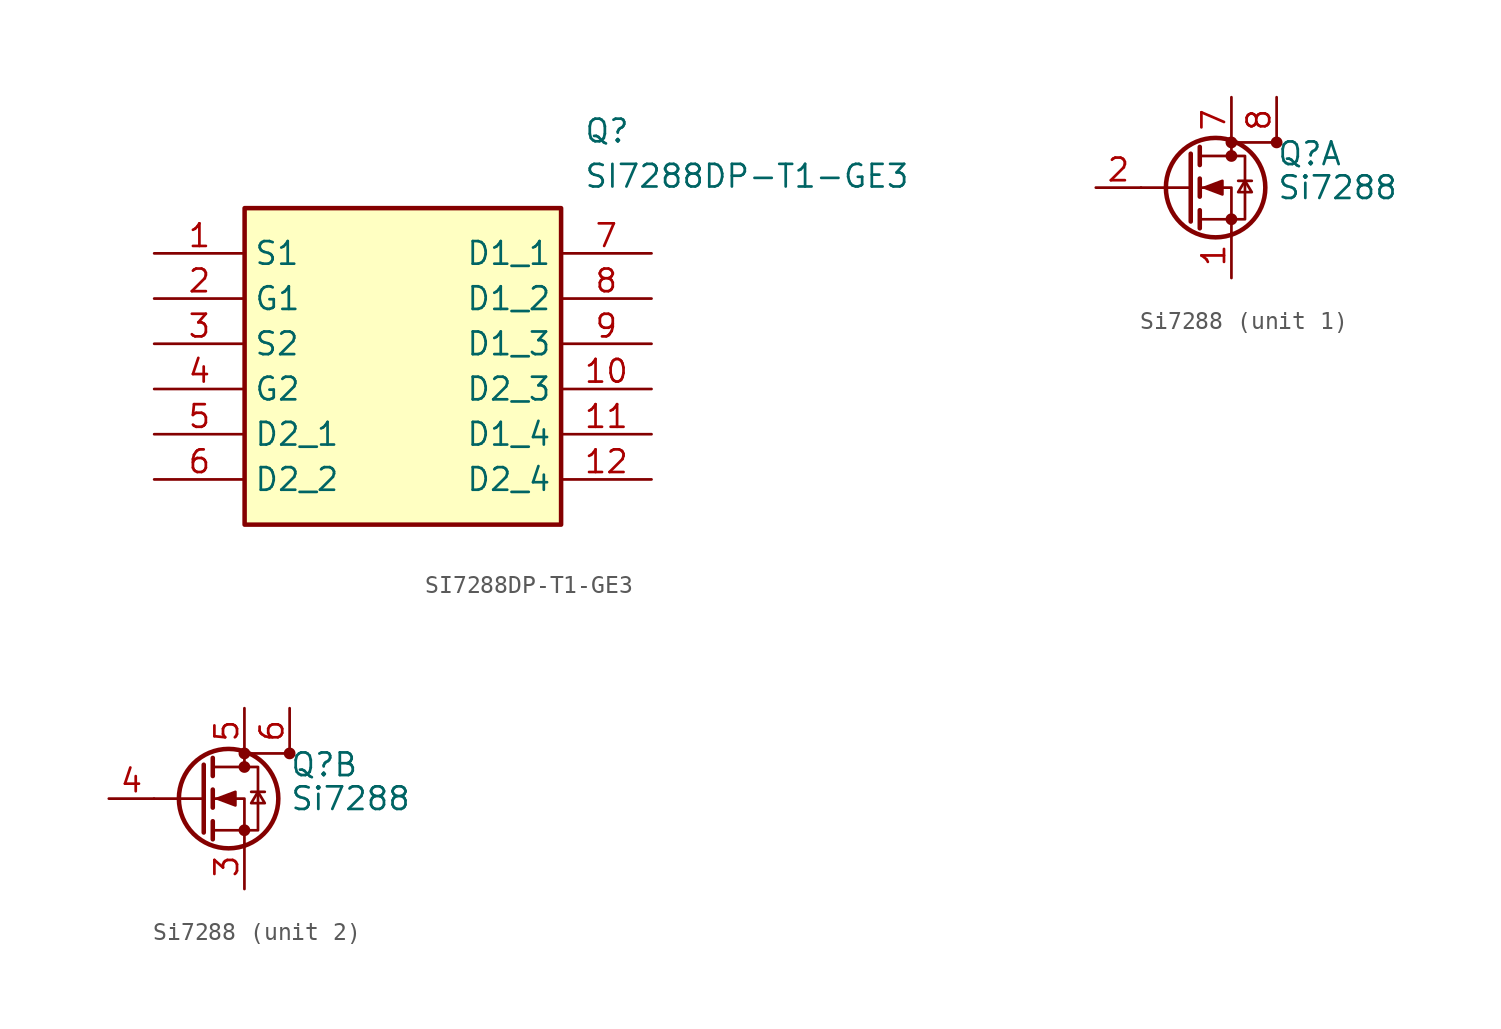
<source format=kicad_sym>
(kicad_symbol_lib
  (version 20241209)
  (generator "kicad_symbol_editor")
  (generator_version "9.0")
  (symbol "SI7288DP-T1-GE3"
    (property "Reference" "Q"
      (at 24.13 7.62 0)
      (effects (font (size 1.27 1.27)) (justify left top)))
    (property "Value" "SI7288DP-T1-GE3"
      (at 24.13 5.08 0)
      (effects (font (size 1.27 1.27)) (justify left top)))
    (symbol "SI7288DP-T1-GE3_1_1"
      (rectangle (start 5.08 2.54) (end 22.86 -15.24) (stroke (width 0.254) (type default)) (fill (type background)))
      (pin passive line (at 0 0 0) (length 5.08) (name "S1" (effects (font (size 1.27 1.27)))) (number "1" (effects (font (size 1.27 1.27)))))
      (pin passive line (at 0 -2.54 0) (length 5.08) (name "G1" (effects (font (size 1.27 1.27)))) (number "2" (effects (font (size 1.27 1.27)))))
      (pin passive line (at 0 -5.08 0) (length 5.08) (name "S2" (effects (font (size 1.27 1.27)))) (number "3" (effects (font (size 1.27 1.27)))))
      (pin passive line (at 0 -7.62 0) (length 5.08) (name "G2" (effects (font (size 1.27 1.27)))) (number "4" (effects (font (size 1.27 1.27)))))
      (pin passive line (at 0 -10.16 0) (length 5.08) (name "D2_1" (effects (font (size 1.27 1.27)))) (number "5" (effects (font (size 1.27 1.27)))))
      (pin passive line (at 0 -12.7 0) (length 5.08) (name "D2_2" (effects (font (size 1.27 1.27)))) (number "6" (effects (font (size 1.27 1.27)))))
      (pin passive line (at 27.94 0 180) (length 5.08) (name "D1_1" (effects (font (size 1.27 1.27)))) (number "7" (effects (font (size 1.27 1.27)))))
      (pin passive line (at 27.94 -2.54 180) (length 5.08) (name "D1_2" (effects (font (size 1.27 1.27)))) (number "8" (effects (font (size 1.27 1.27)))))
      (pin passive line (at 27.94 -5.08 180) (length 5.08) (name "D1_3" (effects (font (size 1.27 1.27)))) (number "9" (effects (font (size 1.27 1.27)))))
      (pin passive line (at 27.94 -7.62 180) (length 5.08) (name "D2_3" (effects (font (size 1.27 1.27)))) (number "10" (effects (font (size 1.27 1.27)))))
      (pin passive line (at 27.94 -10.16 180) (length 5.08) (name "D1_4" (effects (font (size 1.27 1.27)))) (number "11" (effects (font (size 1.27 1.27)))))
      (pin passive line (at 27.94 -12.7 180) (length 5.08) (name "D2_4" (effects (font (size 1.27 1.27)))) (number "12" (effects (font (size 1.27 1.27)))))))
  (symbol "Si7288"
    (pin_names
      (offset 0)
      (hide yes))
    (property "Reference" "Q"
      (at 5.08 1.905 0)
      (effects (font (size 1.27 1.27)) (justify left)))
    (property "Value" "Si7288"
      (at 5.08 0 0)
      (effects (font (size 1.27 1.27)) (justify left)))
    (symbol "Si7288_0_1"
      (polyline (pts (xy 0.254 1.905) (xy 0.254 -1.905)) (stroke (width 0.254) (type default)) (fill (type none)))
      (polyline (pts (xy 0.254 0) (xy -2.54 0)) (stroke (width 0) (type default)) (fill (type none)))
      (polyline (pts (xy 0.762 2.286) (xy 0.762 1.27)) (stroke (width 0.254) (type default)) (fill (type none)))
      (polyline (pts (xy 0.762 0.508) (xy 0.762 -0.508)) (stroke (width 0.254) (type default)) (fill (type none)))
      (polyline (pts (xy 0.762 -1.27) (xy 0.762 -2.286)) (stroke (width 0.254) (type default)) (fill (type none)))
      (polyline (pts (xy 0.762 -1.778) (xy 3.302 -1.778) (xy 3.302 1.778) (xy 0.762 1.778)) (stroke (width 0) (type default)) (fill (type none)))
      (polyline (pts (xy 1.016 0) (xy 2.032 0.381) (xy 2.032 -0.381) (xy 1.016 0)) (stroke (width 0) (type default)) (fill (type outline)))
      (circle (center 1.651 0) (radius 2.794) (stroke (width 0.254) (type default)) (fill (type none)))
      (polyline (pts (xy 2.54 2.54) (xy 2.54 1.778)) (stroke (width 0) (type default)) (fill (type none)))
      (circle (center 2.54 2.54) (radius 0.254) (stroke (width 0) (type default)) (fill (type outline)))
      (circle (center 2.54 1.778) (radius 0.254) (stroke (width 0) (type default)) (fill (type outline)))
      (circle (center 2.54 -1.778) (radius 0.254) (stroke (width 0) (type default)) (fill (type outline)))
      (polyline (pts (xy 2.54 -2.54) (xy 2.54 0) (xy 0.762 0)) (stroke (width 0) (type default)) (fill (type none)))
      (polyline (pts (xy 2.921 0.381) (xy 3.683 0.381)) (stroke (width 0) (type default)) (fill (type none)))
      (polyline (pts (xy 3.302 0.381) (xy 2.921 -0.254) (xy 3.683 -0.254) (xy 3.302 0.381)) (stroke (width 0) (type default)) (fill (type none)))
      (polyline (pts (xy 5.08 2.54) (xy 2.54 2.54)) (stroke (width 0) (type default)) (fill (type none)))
      (circle (center 5.08 2.54) (radius 0.254) (stroke (width 0) (type default)) (fill (type outline))))
    (symbol "Si7288_1_1"
      (pin input line (at -5.08 0 0) (length 2.54) (name "G" (effects (font (size 1.27 1.27)))) (number "2" (effects (font (size 1.27 1.27)))))
      (pin passive line (at 2.54 5.08 270) (length 2.54) (name "D" (effects (font (size 1.27 1.27)))) (number "7" (effects (font (size 1.27 1.27)))))
      (pin passive line (at 2.54 -5.08 90) (length 2.54) (name "S" (effects (font (size 1.27 1.27)))) (number "1" (effects (font (size 1.27 1.27)))))
      (pin passive line (at 5.08 5.08 270) (length 2.54) (hide yes) (name "D" (effects (font (size 1.27 1.27)))) (number "11" (effects (font (size 1.27 1.27)))))
      (pin passive line (at 5.08 5.08 270) (length 2.54) (name "D" (effects (font (size 1.27 1.27)))) (number "8" (effects (font (size 1.27 1.27)))))
      (pin passive line (at 5.08 5.08 270) (length 2.54) (hide yes) (name "D" (effects (font (size 1.27 1.27)))) (number "9" (effects (font (size 1.27 1.27))))))
    (symbol "Si7288_2_1"
      (pin input line (at -5.08 0 0) (length 2.54) (name "G" (effects (font (size 1.27 1.27)))) (number "4" (effects (font (size 1.27 1.27)))))
      (pin passive line (at 2.54 5.08 270) (length 2.54) (name "D" (effects (font (size 1.27 1.27)))) (number "5" (effects (font (size 1.27 1.27)))))
      (pin passive line (at 2.54 -5.08 90) (length 2.54) (name "S" (effects (font (size 1.27 1.27)))) (number "3" (effects (font (size 1.27 1.27)))))
      (pin passive line (at 5.08 5.08 270) (length 2.54) (hide yes) (name "D" (effects (font (size 1.27 1.27)))) (number "10" (effects (font (size 1.27 1.27)))))
      (pin passive line (at 5.08 5.08 270) (length 2.54) (hide yes) (name "D" (effects (font (size 1.27 1.27)))) (number "12" (effects (font (size 1.27 1.27)))))
      (pin passive line (at 5.08 5.08 270) (length 2.54) (name "D" (effects (font (size 1.27 1.27)))) (number "6" (effects (font (size 1.27 1.27))))))))
</source>
